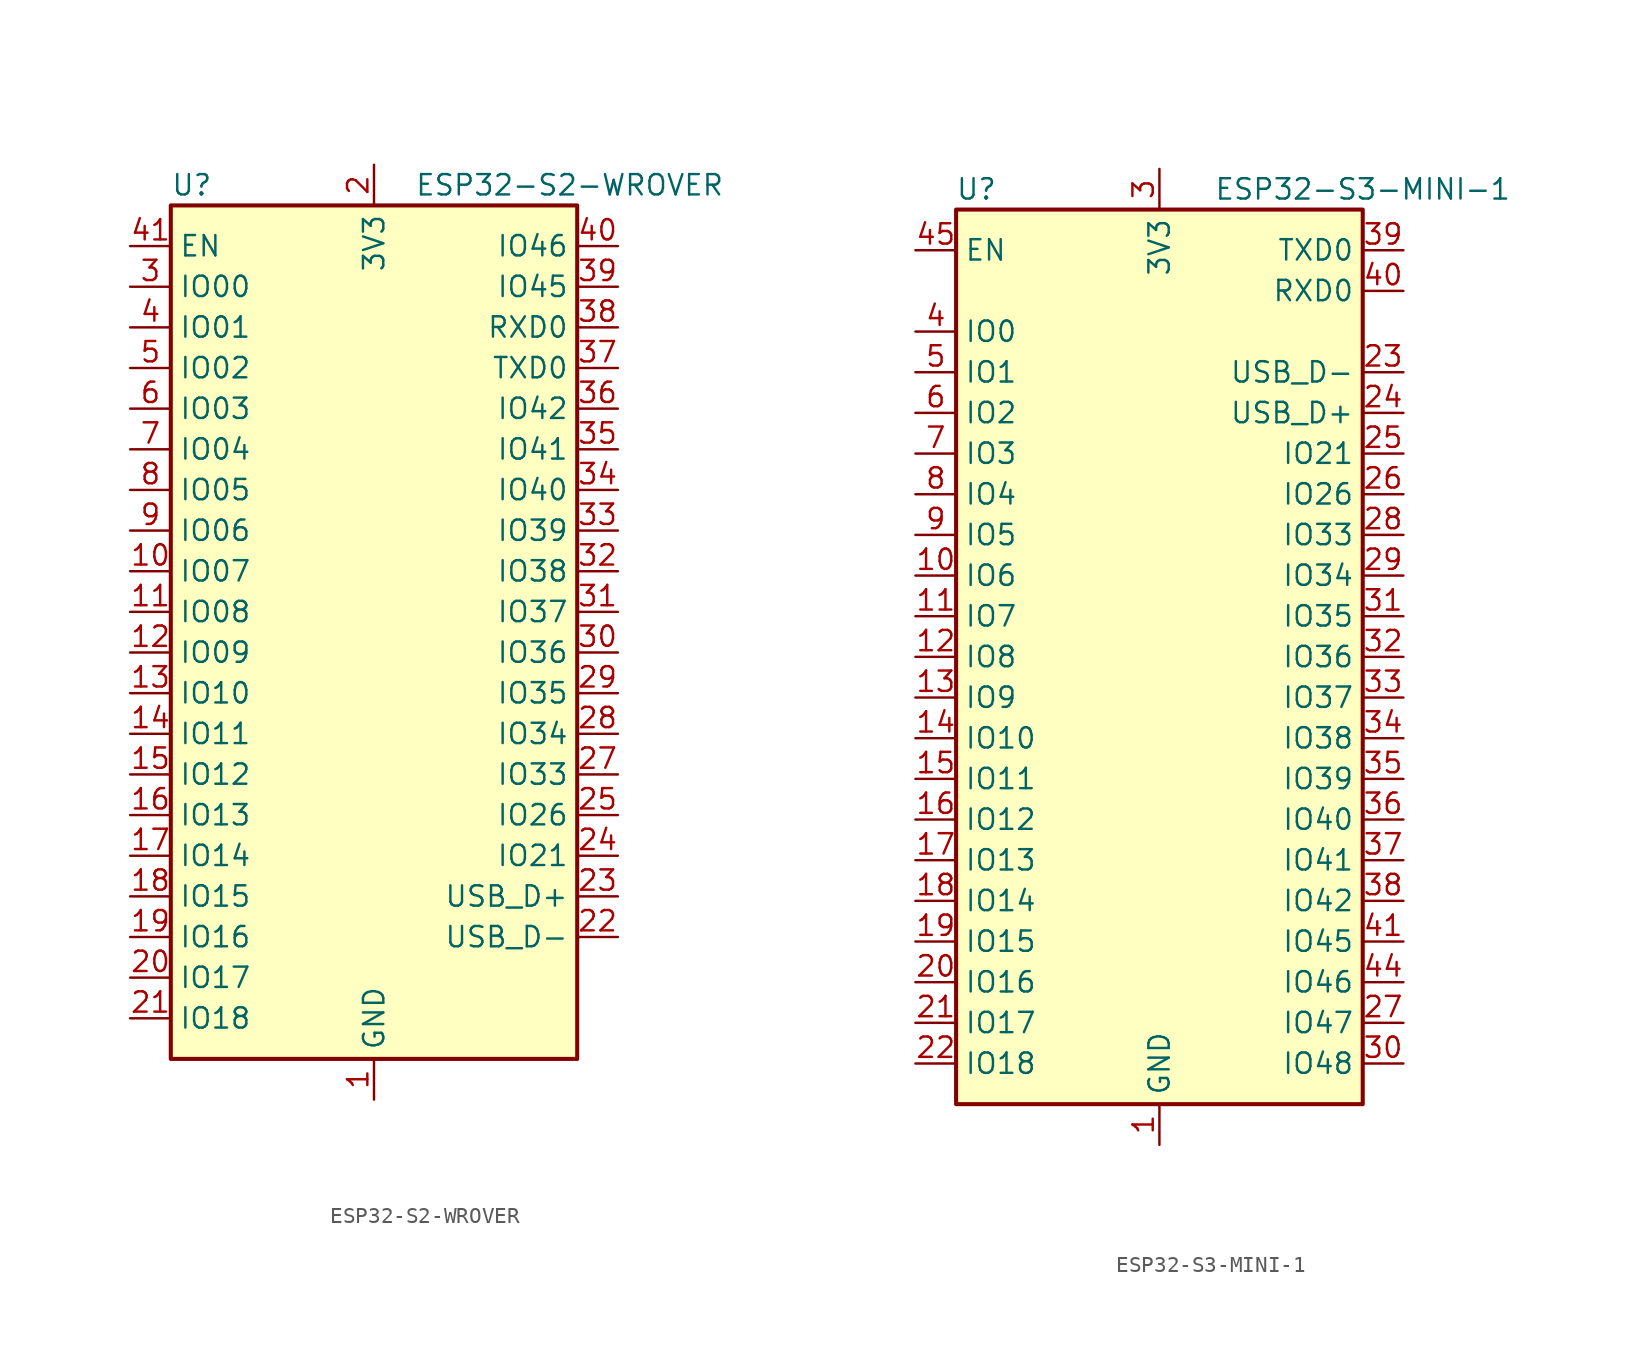
<source format=kicad_sym>
(kicad_symbol_lib
  (version 20241209)
  (generator "kicad_symbol_editor")
  (generator_version "9.0")
  (symbol "ESP32-S2-WROVER"
    (property "Reference" "U"
      (at -12.7 29.21 0)
      (effects (font (size 1.27 1.27)) (justify left)))
    (property "Value" "ESP32-S2-WROVER"
      (at 2.54 29.21 0)
      (effects (font (size 1.27 1.27)) (justify left)))
    (symbol "ESP32-S2-WROVER_0_1"
      (rectangle (start -12.7 27.94) (end 12.7 -25.4) (stroke (width 0.254) (type default)) (fill (type background))))
    (symbol "ESP32-S2-WROVER_1_1"
      (pin input line (at -15.24 25.4 0) (length 2.54) (name "EN" (effects (font (size 1.27 1.27)))) (number "41" (effects (font (size 1.27 1.27)))))
      (pin bidirectional line (at -15.24 22.86 0) (length 2.54) (name "IO00" (effects (font (size 1.27 1.27)))) (number "3" (effects (font (size 1.27 1.27)))))
      (pin bidirectional line (at -15.24 20.32 0) (length 2.54) (name "IO01" (effects (font (size 1.27 1.27)))) (number "4" (effects (font (size 1.27 1.27)))))
      (pin bidirectional line (at -15.24 17.78 0) (length 2.54) (name "IO02" (effects (font (size 1.27 1.27)))) (number "5" (effects (font (size 1.27 1.27)))))
      (pin bidirectional line (at -15.24 15.24 0) (length 2.54) (name "IO03" (effects (font (size 1.27 1.27)))) (number "6" (effects (font (size 1.27 1.27)))))
      (pin bidirectional line (at -15.24 12.7 0) (length 2.54) (name "IO04" (effects (font (size 1.27 1.27)))) (number "7" (effects (font (size 1.27 1.27)))))
      (pin bidirectional line (at -15.24 10.16 0) (length 2.54) (name "IO05" (effects (font (size 1.27 1.27)))) (number "8" (effects (font (size 1.27 1.27)))))
      (pin bidirectional line (at -15.24 7.62 0) (length 2.54) (name "IO06" (effects (font (size 1.27 1.27)))) (number "9" (effects (font (size 1.27 1.27)))))
      (pin bidirectional line (at -15.24 5.08 0) (length 2.54) (name "IO07" (effects (font (size 1.27 1.27)))) (number "10" (effects (font (size 1.27 1.27)))))
      (pin bidirectional line (at -15.24 2.54 0) (length 2.54) (name "IO08" (effects (font (size 1.27 1.27)))) (number "11" (effects (font (size 1.27 1.27)))))
      (pin bidirectional line (at -15.24 0 0) (length 2.54) (name "IO09" (effects (font (size 1.27 1.27)))) (number "12" (effects (font (size 1.27 1.27)))))
      (pin bidirectional line (at -15.24 -2.54 0) (length 2.54) (name "IO10" (effects (font (size 1.27 1.27)))) (number "13" (effects (font (size 1.27 1.27)))))
      (pin bidirectional line (at -15.24 -5.08 0) (length 2.54) (name "IO11" (effects (font (size 1.27 1.27)))) (number "14" (effects (font (size 1.27 1.27)))))
      (pin bidirectional line (at -15.24 -7.62 0) (length 2.54) (name "IO12" (effects (font (size 1.27 1.27)))) (number "15" (effects (font (size 1.27 1.27)))))
      (pin bidirectional line (at -15.24 -10.16 0) (length 2.54) (name "IO13" (effects (font (size 1.27 1.27)))) (number "16" (effects (font (size 1.27 1.27)))))
      (pin bidirectional line (at -15.24 -12.7 0) (length 2.54) (name "IO14" (effects (font (size 1.27 1.27)))) (number "17" (effects (font (size 1.27 1.27)))))
      (pin bidirectional line (at -15.24 -15.24 0) (length 2.54) (name "IO15" (effects (font (size 1.27 1.27)))) (number "18" (effects (font (size 1.27 1.27)))))
      (pin bidirectional line (at -15.24 -17.78 0) (length 2.54) (name "IO16" (effects (font (size 1.27 1.27)))) (number "19" (effects (font (size 1.27 1.27)))))
      (pin bidirectional line (at -15.24 -20.32 0) (length 2.54) (name "IO17" (effects (font (size 1.27 1.27)))) (number "20" (effects (font (size 1.27 1.27)))))
      (pin bidirectional line (at -15.24 -22.86 0) (length 2.54) (name "IO18" (effects (font (size 1.27 1.27)))) (number "21" (effects (font (size 1.27 1.27)))))
      (pin power_in line (at 0 30.48 270) (length 2.54) (name "3V3" (effects (font (size 1.27 1.27)))) (number "2" (effects (font (size 1.27 1.27)))))
      (pin power_in line (at 0 -27.94 90) (length 2.54) (name "GND" (effects (font (size 1.27 1.27)))) (number "1" (effects (font (size 1.27 1.27)))))
      (pin passive line (at 0 -27.94 90) (length 2.54) (hide yes) (name "GND" (effects (font (size 1.27 1.27)))) (number "26" (effects (font (size 1.27 1.27)))))
      (pin passive line (at 0 -27.94 90) (length 2.54) (hide yes) (name "GND" (effects (font (size 1.27 1.27)))) (number "42" (effects (font (size 1.27 1.27)))))
      (pin passive line (at 0 -27.94 90) (length 2.54) (hide yes) (name "GND" (effects (font (size 1.27 1.27)))) (number "43" (effects (font (size 1.27 1.27)))))
      (pin input line (at 15.24 25.4 180) (length 2.54) (name "IO46" (effects (font (size 1.27 1.27)))) (number "40" (effects (font (size 1.27 1.27)))))
      (pin bidirectional line (at 15.24 22.86 180) (length 2.54) (name "IO45" (effects (font (size 1.27 1.27)))) (number "39" (effects (font (size 1.27 1.27)))))
      (pin bidirectional line (at 15.24 20.32 180) (length 2.54) (name "RXD0" (effects (font (size 1.27 1.27)))) (number "38" (effects (font (size 1.27 1.27)))))
      (pin bidirectional line (at 15.24 17.78 180) (length 2.54) (name "TXD0" (effects (font (size 1.27 1.27)))) (number "37" (effects (font (size 1.27 1.27)))))
      (pin bidirectional line (at 15.24 15.24 180) (length 2.54) (name "IO42" (effects (font (size 1.27 1.27)))) (number "36" (effects (font (size 1.27 1.27)))))
      (pin bidirectional line (at 15.24 12.7 180) (length 2.54) (name "IO41" (effects (font (size 1.27 1.27)))) (number "35" (effects (font (size 1.27 1.27)))))
      (pin bidirectional line (at 15.24 10.16 180) (length 2.54) (name "IO40" (effects (font (size 1.27 1.27)))) (number "34" (effects (font (size 1.27 1.27)))))
      (pin bidirectional line (at 15.24 7.62 180) (length 2.54) (name "IO39" (effects (font (size 1.27 1.27)))) (number "33" (effects (font (size 1.27 1.27)))))
      (pin bidirectional line (at 15.24 5.08 180) (length 2.54) (name "IO38" (effects (font (size 1.27 1.27)))) (number "32" (effects (font (size 1.27 1.27)))))
      (pin bidirectional line (at 15.24 2.54 180) (length 2.54) (name "IO37" (effects (font (size 1.27 1.27)))) (number "31" (effects (font (size 1.27 1.27)))))
      (pin bidirectional line (at 15.24 0 180) (length 2.54) (name "IO36" (effects (font (size 1.27 1.27)))) (number "30" (effects (font (size 1.27 1.27)))))
      (pin bidirectional line (at 15.24 -2.54 180) (length 2.54) (name "IO35" (effects (font (size 1.27 1.27)))) (number "29" (effects (font (size 1.27 1.27)))))
      (pin bidirectional line (at 15.24 -5.08 180) (length 2.54) (name "IO34" (effects (font (size 1.27 1.27)))) (number "28" (effects (font (size 1.27 1.27)))))
      (pin bidirectional line (at 15.24 -7.62 180) (length 2.54) (name "IO33" (effects (font (size 1.27 1.27)))) (number "27" (effects (font (size 1.27 1.27)))))
      (pin bidirectional line (at 15.24 -10.16 180) (length 2.54) (name "IO26" (effects (font (size 1.27 1.27)))) (number "25" (effects (font (size 1.27 1.27)))))
      (pin bidirectional line (at 15.24 -12.7 180) (length 2.54) (name "IO21" (effects (font (size 1.27 1.27)))) (number "24" (effects (font (size 1.27 1.27)))))
      (pin bidirectional line (at 15.24 -15.24 180) (length 2.54) (name "USB_D+" (effects (font (size 1.27 1.27)))) (number "23" (effects (font (size 1.27 1.27)))))
      (pin bidirectional line (at 15.24 -17.78 180) (length 2.54) (name "USB_D-" (effects (font (size 1.27 1.27)))) (number "22" (effects (font (size 1.27 1.27)))))))
  (symbol "ESP32-S3-MINI-1"
    (property "Reference" "U"
      (at -11.43 29.21 0)
      (effects (font (size 1.27 1.27))))
    (property "Value" "ESP32-S3-MINI-1"
      (at 12.7 29.21 0)
      (effects (font (size 1.27 1.27))))
    (symbol "ESP32-S3-MINI-1_0_1"
      (rectangle (start -12.7 27.94) (end 12.7 -27.94) (stroke (width 0.254) (type default)) (fill (type background))))
    (symbol "ESP32-S3-MINI-1_1_1"
      (pin input line (at -15.24 25.4 0) (length 2.54) (name "EN" (effects (font (size 1.27 1.27)))) (number "45" (effects (font (size 1.27 1.27)))))
      (pin bidirectional line (at -15.24 20.32 0) (length 2.54) (name "IO0" (effects (font (size 1.27 1.27)))) (number "4" (effects (font (size 1.27 1.27)))))
      (pin bidirectional line (at -15.24 17.78 0) (length 2.54) (name "IO1" (effects (font (size 1.27 1.27)))) (number "5" (effects (font (size 1.27 1.27)))))
      (pin bidirectional line (at -15.24 15.24 0) (length 2.54) (name "IO2" (effects (font (size 1.27 1.27)))) (number "6" (effects (font (size 1.27 1.27)))))
      (pin bidirectional line (at -15.24 12.7 0) (length 2.54) (name "IO3" (effects (font (size 1.27 1.27)))) (number "7" (effects (font (size 1.27 1.27)))))
      (pin bidirectional line (at -15.24 10.16 0) (length 2.54) (name "IO4" (effects (font (size 1.27 1.27)))) (number "8" (effects (font (size 1.27 1.27)))))
      (pin bidirectional line (at -15.24 7.62 0) (length 2.54) (name "IO5" (effects (font (size 1.27 1.27)))) (number "9" (effects (font (size 1.27 1.27)))))
      (pin bidirectional line (at -15.24 5.08 0) (length 2.54) (name "IO6" (effects (font (size 1.27 1.27)))) (number "10" (effects (font (size 1.27 1.27)))))
      (pin bidirectional line (at -15.24 2.54 0) (length 2.54) (name "IO7" (effects (font (size 1.27 1.27)))) (number "11" (effects (font (size 1.27 1.27)))))
      (pin bidirectional line (at -15.24 0 0) (length 2.54) (name "IO8" (effects (font (size 1.27 1.27)))) (number "12" (effects (font (size 1.27 1.27)))))
      (pin bidirectional line (at -15.24 -2.54 0) (length 2.54) (name "IO9" (effects (font (size 1.27 1.27)))) (number "13" (effects (font (size 1.27 1.27)))))
      (pin bidirectional line (at -15.24 -5.08 0) (length 2.54) (name "IO10" (effects (font (size 1.27 1.27)))) (number "14" (effects (font (size 1.27 1.27)))))
      (pin bidirectional line (at -15.24 -7.62 0) (length 2.54) (name "IO11" (effects (font (size 1.27 1.27)))) (number "15" (effects (font (size 1.27 1.27)))))
      (pin bidirectional line (at -15.24 -10.16 0) (length 2.54) (name "IO12" (effects (font (size 1.27 1.27)))) (number "16" (effects (font (size 1.27 1.27)))))
      (pin bidirectional line (at -15.24 -12.7 0) (length 2.54) (name "IO13" (effects (font (size 1.27 1.27)))) (number "17" (effects (font (size 1.27 1.27)))))
      (pin bidirectional line (at -15.24 -15.24 0) (length 2.54) (name "IO14" (effects (font (size 1.27 1.27)))) (number "18" (effects (font (size 1.27 1.27)))))
      (pin bidirectional line (at -15.24 -17.78 0) (length 2.54) (name "IO15" (effects (font (size 1.27 1.27)))) (number "19" (effects (font (size 1.27 1.27)))))
      (pin bidirectional line (at -15.24 -20.32 0) (length 2.54) (name "IO16" (effects (font (size 1.27 1.27)))) (number "20" (effects (font (size 1.27 1.27)))))
      (pin bidirectional line (at -15.24 -22.86 0) (length 2.54) (name "IO17" (effects (font (size 1.27 1.27)))) (number "21" (effects (font (size 1.27 1.27)))))
      (pin bidirectional line (at -15.24 -25.4 0) (length 2.54) (name "IO18" (effects (font (size 1.27 1.27)))) (number "22" (effects (font (size 1.27 1.27)))))
      (pin power_in line (at 0 30.48 270) (length 2.54) (name "3V3" (effects (font (size 1.27 1.27)))) (number "3" (effects (font (size 1.27 1.27)))))
      (pin power_in line (at 0 -30.48 90) (length 2.54) (name "GND" (effects (font (size 1.27 1.27)))) (number "1" (effects (font (size 1.27 1.27)))))
      (pin passive line (at 0 -30.48 90) (length 2.54) (hide yes) (name "GND" (effects (font (size 1.27 1.27)))) (number "2" (effects (font (size 1.27 1.27)))))
      (pin passive line (at 0 -30.48 90) (length 2.54) (hide yes) (name "GND" (effects (font (size 1.27 1.27)))) (number "42" (effects (font (size 1.27 1.27)))))
      (pin passive line (at 0 -30.48 90) (length 2.54) (hide yes) (name "GND" (effects (font (size 1.27 1.27)))) (number "43" (effects (font (size 1.27 1.27)))))
      (pin passive line (at 0 -30.48 90) (length 2.54) (hide yes) (name "GND" (effects (font (size 1.27 1.27)))) (number "46" (effects (font (size 1.27 1.27)))))
      (pin passive line (at 0 -30.48 90) (length 2.54) (hide yes) (name "GND" (effects (font (size 1.27 1.27)))) (number "47" (effects (font (size 1.27 1.27)))))
      (pin passive line (at 0 -30.48 90) (length 2.54) (hide yes) (name "GND" (effects (font (size 1.27 1.27)))) (number "48" (effects (font (size 1.27 1.27)))))
      (pin passive line (at 0 -30.48 90) (length 2.54) (hide yes) (name "GND" (effects (font (size 1.27 1.27)))) (number "49" (effects (font (size 1.27 1.27)))))
      (pin passive line (at 0 -30.48 90) (length 2.54) (hide yes) (name "GND" (effects (font (size 1.27 1.27)))) (number "50" (effects (font (size 1.27 1.27)))))
      (pin passive line (at 0 -30.48 90) (length 2.54) (hide yes) (name "GND" (effects (font (size 1.27 1.27)))) (number "51" (effects (font (size 1.27 1.27)))))
      (pin passive line (at 0 -30.48 90) (length 2.54) (hide yes) (name "GND" (effects (font (size 1.27 1.27)))) (number "52" (effects (font (size 1.27 1.27)))))
      (pin passive line (at 0 -30.48 90) (length 2.54) (hide yes) (name "GND" (effects (font (size 1.27 1.27)))) (number "53" (effects (font (size 1.27 1.27)))))
      (pin passive line (at 0 -30.48 90) (length 2.54) (hide yes) (name "GND" (effects (font (size 1.27 1.27)))) (number "54" (effects (font (size 1.27 1.27)))))
      (pin passive line (at 0 -30.48 90) (length 2.54) (hide yes) (name "GND" (effects (font (size 1.27 1.27)))) (number "55" (effects (font (size 1.27 1.27)))))
      (pin passive line (at 0 -30.48 90) (length 2.54) (hide yes) (name "GND" (effects (font (size 1.27 1.27)))) (number "56" (effects (font (size 1.27 1.27)))))
      (pin passive line (at 0 -30.48 90) (length 2.54) (hide yes) (name "GND" (effects (font (size 1.27 1.27)))) (number "57" (effects (font (size 1.27 1.27)))))
      (pin passive line (at 0 -30.48 90) (length 2.54) (hide yes) (name "GND" (effects (font (size 1.27 1.27)))) (number "58" (effects (font (size 1.27 1.27)))))
      (pin passive line (at 0 -30.48 90) (length 2.54) (hide yes) (name "GND" (effects (font (size 1.27 1.27)))) (number "59" (effects (font (size 1.27 1.27)))))
      (pin passive line (at 0 -30.48 90) (length 2.54) (hide yes) (name "GND" (effects (font (size 1.27 1.27)))) (number "60" (effects (font (size 1.27 1.27)))))
      (pin passive line (at 0 -30.48 90) (length 2.54) (hide yes) (name "GND" (effects (font (size 1.27 1.27)))) (number "61" (effects (font (size 1.27 1.27)))))
      (pin passive line (at 0 -30.48 90) (length 2.54) (hide yes) (name "GND" (effects (font (size 1.27 1.27)))) (number "62" (effects (font (size 1.27 1.27)))))
      (pin passive line (at 0 -30.48 90) (length 2.54) (hide yes) (name "GND" (effects (font (size 1.27 1.27)))) (number "63" (effects (font (size 1.27 1.27)))))
      (pin passive line (at 0 -30.48 90) (length 2.54) (hide yes) (name "GND" (effects (font (size 1.27 1.27)))) (number "64" (effects (font (size 1.27 1.27)))))
      (pin passive line (at 0 -30.48 90) (length 2.54) (hide yes) (name "GND" (effects (font (size 1.27 1.27)))) (number "65" (effects (font (size 1.27 1.27)))))
      (pin bidirectional line (at 15.24 25.4 180) (length 2.54) (name "TXD0" (effects (font (size 1.27 1.27)))) (number "39" (effects (font (size 1.27 1.27)))))
      (pin bidirectional line (at 15.24 22.86 180) (length 2.54) (name "RXD0" (effects (font (size 1.27 1.27)))) (number "40" (effects (font (size 1.27 1.27)))))
      (pin bidirectional line (at 15.24 17.78 180) (length 2.54) (name "USB_D-" (effects (font (size 1.27 1.27)))) (number "23" (effects (font (size 1.27 1.27)))) (alternate "IO19" bidirectional line))
      (pin bidirectional line (at 15.24 15.24 180) (length 2.54) (name "USB_D+" (effects (font (size 1.27 1.27)))) (number "24" (effects (font (size 1.27 1.27)))) (alternate "IO20" bidirectional line))
      (pin bidirectional line (at 15.24 12.7 180) (length 2.54) (name "IO21" (effects (font (size 1.27 1.27)))) (number "25" (effects (font (size 1.27 1.27)))))
      (pin bidirectional line (at 15.24 10.16 180) (length 2.54) (name "IO26" (effects (font (size 1.27 1.27)))) (number "26" (effects (font (size 1.27 1.27)))))
      (pin bidirectional line (at 15.24 7.62 180) (length 2.54) (name "IO33" (effects (font (size 1.27 1.27)))) (number "28" (effects (font (size 1.27 1.27)))))
      (pin bidirectional line (at 15.24 5.08 180) (length 2.54) (name "IO34" (effects (font (size 1.27 1.27)))) (number "29" (effects (font (size 1.27 1.27)))))
      (pin bidirectional line (at 15.24 2.54 180) (length 2.54) (name "IO35" (effects (font (size 1.27 1.27)))) (number "31" (effects (font (size 1.27 1.27)))))
      (pin bidirectional line (at 15.24 0 180) (length 2.54) (name "IO36" (effects (font (size 1.27 1.27)))) (number "32" (effects (font (size 1.27 1.27)))))
      (pin bidirectional line (at 15.24 -2.54 180) (length 2.54) (name "IO37" (effects (font (size 1.27 1.27)))) (number "33" (effects (font (size 1.27 1.27)))))
      (pin bidirectional line (at 15.24 -5.08 180) (length 2.54) (name "IO38" (effects (font (size 1.27 1.27)))) (number "34" (effects (font (size 1.27 1.27)))))
      (pin bidirectional line (at 15.24 -7.62 180) (length 2.54) (name "IO39" (effects (font (size 1.27 1.27)))) (number "35" (effects (font (size 1.27 1.27)))))
      (pin bidirectional line (at 15.24 -10.16 180) (length 2.54) (name "IO40" (effects (font (size 1.27 1.27)))) (number "36" (effects (font (size 1.27 1.27)))))
      (pin bidirectional line (at 15.24 -12.7 180) (length 2.54) (name "IO41" (effects (font (size 1.27 1.27)))) (number "37" (effects (font (size 1.27 1.27)))))
      (pin bidirectional line (at 15.24 -15.24 180) (length 2.54) (name "IO42" (effects (font (size 1.27 1.27)))) (number "38" (effects (font (size 1.27 1.27)))))
      (pin bidirectional line (at 15.24 -17.78 180) (length 2.54) (name "IO45" (effects (font (size 1.27 1.27)))) (number "41" (effects (font (size 1.27 1.27)))))
      (pin bidirectional line (at 15.24 -20.32 180) (length 2.54) (name "IO46" (effects (font (size 1.27 1.27)))) (number "44" (effects (font (size 1.27 1.27)))))
      (pin bidirectional line (at 15.24 -22.86 180) (length 2.54) (name "IO47" (effects (font (size 1.27 1.27)))) (number "27" (effects (font (size 1.27 1.27)))))
      (pin bidirectional line (at 15.24 -25.4 180) (length 2.54) (name "IO48" (effects (font (size 1.27 1.27)))) (number "30" (effects (font (size 1.27 1.27))))))))
</source>
